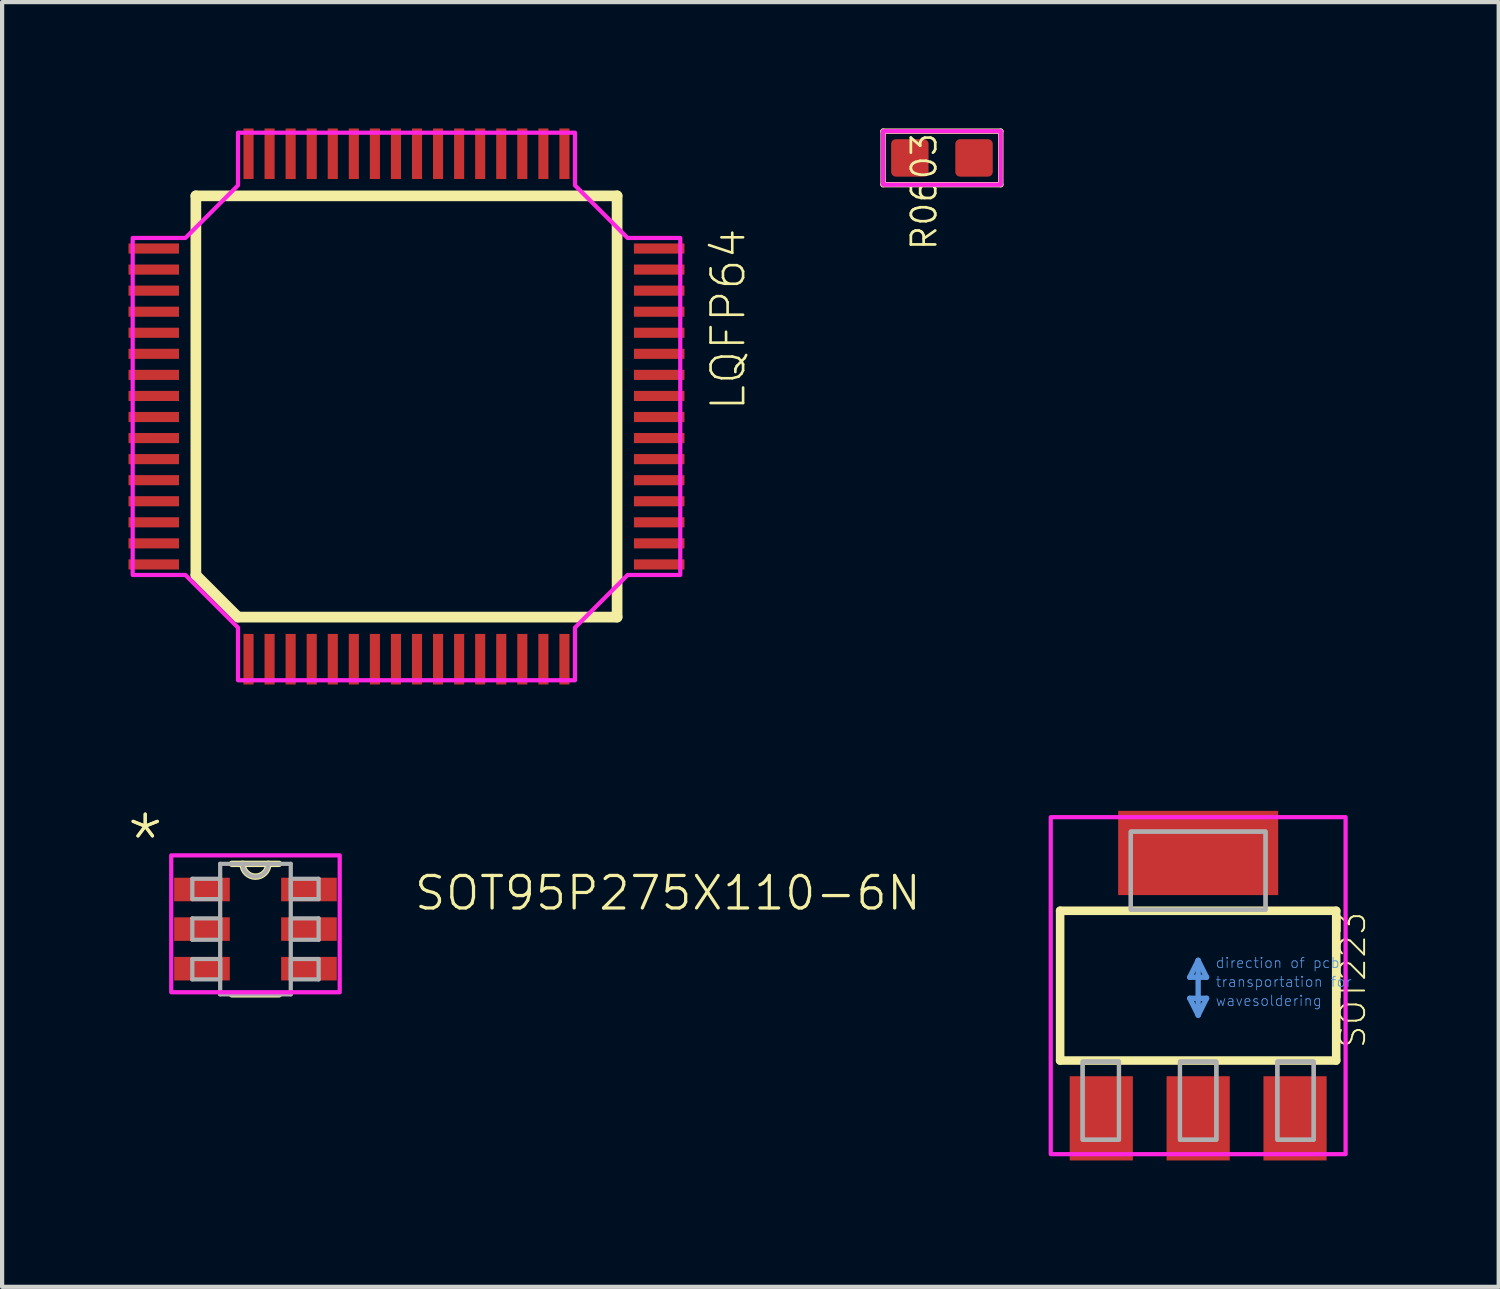
<source format=kicad_pcb>
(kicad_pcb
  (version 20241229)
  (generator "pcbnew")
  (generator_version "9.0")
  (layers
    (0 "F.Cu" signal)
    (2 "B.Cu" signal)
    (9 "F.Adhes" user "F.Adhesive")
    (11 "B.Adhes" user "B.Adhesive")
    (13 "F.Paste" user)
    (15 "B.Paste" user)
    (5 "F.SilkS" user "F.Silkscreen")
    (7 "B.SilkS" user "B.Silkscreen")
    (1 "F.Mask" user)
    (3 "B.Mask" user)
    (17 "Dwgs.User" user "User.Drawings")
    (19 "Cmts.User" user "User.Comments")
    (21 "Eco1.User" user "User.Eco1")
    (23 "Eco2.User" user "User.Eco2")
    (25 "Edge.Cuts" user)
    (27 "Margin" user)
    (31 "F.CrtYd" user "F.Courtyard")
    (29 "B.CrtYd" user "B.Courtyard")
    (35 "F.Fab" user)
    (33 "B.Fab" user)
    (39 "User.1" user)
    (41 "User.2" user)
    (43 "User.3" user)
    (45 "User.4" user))
  (footprint "SOT223"
    (layer "F.Cu")
    (at 25.395 20.35)
    (property "Reference" "SOT223" (at 4.013 1.524 90) (layer "F.SilkS") (effects (font (size 0.579 0.579) (thickness 0.046)) (justify left bottom)))
    (attr smd)
    (fp_line (start -3.277 -1.778) (end 3.277 -1.778) (stroke (width 0.203) (type solid)) (layer "F.SilkS"))
    (fp_line (start -3.277 1.778) (end -3.277 -1.778) (stroke (width 0.203) (type solid)) (layer "F.SilkS"))
    (fp_line (start 3.277 -1.778) (end 3.277 1.778) (stroke (width 0.203) (type solid)) (layer "F.SilkS"))
    (fp_line (start 3.277 1.778) (end -3.277 1.778) (stroke (width 0.203) (type solid)) (layer "F.SilkS"))
    (fp_line (start -0.2 -0.2) (end 0.2 -0.2) (stroke (width 0.127) (type solid)) (layer "Cmts.User"))
    (fp_line (start -0.2 0.3) (end 0 0.7) (stroke (width 0.127) (type solid)) (layer "Cmts.User"))
    (fp_line (start 0 -0.6) (end -0.2 -0.2) (stroke (width 0.127) (type solid)) (layer "Cmts.User"))
    (fp_line (start 0 0.7) (end 0 -0.6) (stroke (width 0.127) (type solid)) (layer "Cmts.User"))
    (fp_line (start 0 0.7) (end 0.2 0.3) (stroke (width 0.127) (type solid)) (layer "Cmts.User"))
    (fp_line (start 0.2 -0.2) (end 0 -0.6) (stroke (width 0.127) (type solid)) (layer "Cmts.User"))
    (fp_line (start 0.2 0.3) (end -0.2 0.3) (stroke (width 0.127) (type solid)) (layer "Cmts.User"))
    (fp_poly (pts (xy 3.5 4) (xy -3.5 4) (xy -3.5 -4) (xy 3.5 -4)) (stroke (width 0.1) (type solid)) (fill no) (layer "F.CrtYd"))
    (fp_poly (pts (xy -2.743 1.803) (xy -2.743 3.658) (xy -1.88 3.658) (xy -1.88 1.803)) (stroke (width 0.1) (type solid)) (fill no) (layer "F.Fab"))
    (fp_poly (pts (xy -2.743 1.803) (xy -2.743 3.658) (xy -1.88 3.658) (xy -1.88 1.803)) (stroke (width 0.1) (type solid)) (fill no) (layer "F.Fab"))
    (fp_poly (pts (xy -1.6 -3.658) (xy -1.6 -1.803) (xy 1.6 -1.803) (xy 1.6 -3.658)) (stroke (width 0.1) (type solid)) (fill no) (layer "F.Fab"))
    (fp_poly (pts (xy -1.6 -3.658) (xy -1.6 -1.803) (xy 1.6 -1.803) (xy 1.6 -3.658)) (stroke (width 0.1) (type solid)) (fill no) (layer "F.Fab"))
    (fp_poly (pts (xy -0.432 1.803) (xy -0.432 3.658) (xy 0.432 3.658) (xy 0.432 1.803)) (stroke (width 0.1) (type solid)) (fill no) (layer "F.Fab"))
    (fp_poly (pts (xy -0.432 1.803) (xy -0.432 3.658) (xy 0.432 3.658) (xy 0.432 1.803)) (stroke (width 0.1) (type solid)) (fill no) (layer "F.Fab"))
    (fp_poly (pts (xy 1.88 1.803) (xy 1.88 3.658) (xy 2.743 3.658) (xy 2.743 1.803)) (stroke (width 0.1) (type solid)) (fill no) (layer "F.Fab"))
    (fp_poly (pts (xy 1.88 1.803) (xy 1.88 3.658) (xy 2.743 3.658) (xy 2.743 1.803)) (stroke (width 0.1) (type solid)) (fill no) (layer "F.Fab"))
    (fp_text user "direction of pcb" (at 0.4 -0.4 0) (layer "Cmts.User") (effects (font (size 0.241 0.241) (thickness 0.02)) (justify left bottom)))
    (fp_text user "transportation for" (at 0.4 0.05 0) (layer "Cmts.User") (effects (font (size 0.241 0.241) (thickness 0.02)) (justify left bottom)))
    (fp_text user "wavesoldering" (at 0.4 0.5 0) (layer "Cmts.User") (effects (font (size 0.241 0.241) (thickness 0.02)) (justify left bottom)))
    (pad "1" smd rect (at -2.3 3.15) (size 1.5 2) (layers "F.Cu" "F.Mask" "F.Paste"))
    (pad "2" smd rect (at 0 3.15) (size 1.5 2) (layers "F.Cu" "F.Mask" "F.Paste"))
    (pad "3" smd rect (at 2.3 3.15) (size 1.5 2) (layers "F.Cu" "F.Mask" "F.Paste"))
    (pad "4" smd rect (at 0 -3.15) (size 3.8 2) (layers "F.Cu" "F.Mask" "F.Paste")))
  (footprint "SOT95P275X110-6N"
    (layer "F.Cu")
    (at 3.015 19.007)
    (property "Reference" "SOT95P275X110-6N" (at 3.729 -0.403 180) (layer "F.SilkS") (effects (font (size 0.772 0.772) (thickness 0.077)) (justify left bottom)))
    (attr smd)
    (fp_line (start -0.559 1.549) (end 0.559 1.549) (stroke (width 0.152) (type solid)) (layer "F.SilkS"))
    (fp_line (start 0.559 -1.549) (end -0.559 -1.549) (stroke (width 0.152) (type solid)) (layer "F.SilkS"))
    (fp_arc (start 0.3048 -1.5494) (mid 0 -1.2446) (end -0.3048 -1.5494) (stroke (width 0.1524) (type solid)) (layer "F.SilkS"))
    (fp_poly (pts (xy 2 1.5) (xy -2 1.5) (xy -2 -1.75) (xy 2 -1.75)) (stroke (width 0.1) (type solid)) (fill no) (layer "F.CrtYd"))
    (fp_line (start -1.499 -1.194) (end -1.499 -0.711) (stroke (width 0.1) (type solid)) (layer "F.Fab"))
    (fp_line (start -1.499 -0.711) (end -0.838 -0.711) (stroke (width 0.1) (type solid)) (layer "F.Fab"))
    (fp_line (start -1.499 -0.254) (end -1.499 0.254) (stroke (width 0.1) (type solid)) (layer "F.Fab"))
    (fp_line (start -1.499 0.254) (end -0.838 0.254) (stroke (width 0.1) (type solid)) (layer "F.Fab"))
    (fp_line (start -1.499 0.711) (end -1.499 1.194) (stroke (width 0.1) (type solid)) (layer "F.Fab"))
    (fp_line (start -1.499 1.194) (end -0.838 1.194) (stroke (width 0.1) (type solid)) (layer "F.Fab"))
    (fp_line (start -0.838 -1.549) (end -0.838 1.549) (stroke (width 0.1) (type solid)) (layer "F.Fab"))
    (fp_line (start -0.838 -1.194) (end -1.499 -1.194) (stroke (width 0.1) (type solid)) (layer "F.Fab"))
    (fp_line (start -0.838 -0.711) (end -0.838 -1.194) (stroke (width 0.1) (type solid)) (layer "F.Fab"))
    (fp_line (start -0.838 -0.254) (end -1.499 -0.254) (stroke (width 0.1) (type solid)) (layer "F.Fab"))
    (fp_line (start -0.838 0.254) (end -0.838 -0.254) (stroke (width 0.1) (type solid)) (layer "F.Fab"))
    (fp_line (start -0.838 0.711) (end -1.499 0.711) (stroke (width 0.1) (type solid)) (layer "F.Fab"))
    (fp_line (start -0.838 1.194) (end -0.838 0.711) (stroke (width 0.1) (type solid)) (layer "F.Fab"))
    (fp_line (start -0.838 1.549) (end 0.838 1.549) (stroke (width 0.1) (type solid)) (layer "F.Fab"))
    (fp_line (start 0.838 -1.549) (end -0.838 -1.549) (stroke (width 0.1) (type solid)) (layer "F.Fab"))
    (fp_line (start 0.838 -1.194) (end 0.838 -0.711) (stroke (width 0.1) (type solid)) (layer "F.Fab"))
    (fp_line (start 0.838 -0.711) (end 1.499 -0.711) (stroke (width 0.1) (type solid)) (layer "F.Fab"))
    (fp_line (start 0.838 -0.254) (end 0.838 0.254) (stroke (width 0.1) (type solid)) (layer "F.Fab"))
    (fp_line (start 0.838 0.254) (end 1.499 0.254) (stroke (width 0.1) (type solid)) (layer "F.Fab"))
    (fp_line (start 0.838 0.711) (end 0.838 1.194) (stroke (width 0.1) (type solid)) (layer "F.Fab"))
    (fp_line (start 0.838 1.194) (end 1.499 1.194) (stroke (width 0.1) (type solid)) (layer "F.Fab"))
    (fp_line (start 0.838 1.549) (end 0.838 -1.549) (stroke (width 0.1) (type solid)) (layer "F.Fab"))
    (fp_line (start 1.499 -1.194) (end 0.838 -1.194) (stroke (width 0.1) (type solid)) (layer "F.Fab"))
    (fp_line (start 1.499 -0.711) (end 1.499 -1.194) (stroke (width 0.1) (type solid)) (layer "F.Fab"))
    (fp_line (start 1.499 -0.254) (end 0.838 -0.254) (stroke (width 0.1) (type solid)) (layer "F.Fab"))
    (fp_line (start 1.499 0.254) (end 1.499 -0.254) (stroke (width 0.1) (type solid)) (layer "F.Fab"))
    (fp_line (start 1.499 0.711) (end 0.838 0.711) (stroke (width 0.1) (type solid)) (layer "F.Fab"))
    (fp_line (start 1.499 1.194) (end 1.499 0.711) (stroke (width 0.1) (type solid)) (layer "F.Fab"))
    (fp_arc (start 0.3048 -1.5494) (mid 0 -1.2446) (end -0.3048 -1.5494) (stroke (width 0.1) (type solid)) (layer "F.Fab"))
    (fp_text user "*" (at -2.108 -1.372 180) (layer "F.SilkS") (effects (font (size 1.206 1.206) (thickness 0.076)) (justify right bottom)))
    (fp_text user "*" (at -2.108 -1.372 180) (layer "F.SilkS") (effects (font (size 1.206 1.206) (thickness 0.076)) (justify right bottom)))
    (pad "1" smd rect (at -1.27 -0.94) (size 1.321 0.559) (layers "F.Cu" "F.Mask" "F.Paste"))
    (pad "2" smd rect (at -1.27 0) (size 1.321 0.559) (layers "F.Cu" "F.Mask" "F.Paste"))
    (pad "3" smd rect (at -1.27 0.94) (size 1.321 0.559) (layers "F.Cu" "F.Mask" "F.Paste"))
    (pad "4" smd rect (at 1.27 0.94) (size 1.321 0.559) (layers "F.Cu" "F.Mask" "F.Paste"))
    (pad "5" smd rect (at 1.27 0) (size 1.321 0.559) (layers "F.Cu" "F.Mask" "F.Paste"))
    (pad "6" smd rect (at 1.27 -0.94) (size 1.321 0.559) (layers "F.Cu" "F.Mask" "F.Paste")))
  (footprint "LQFP64"
    (layer "F.Cu")
    (at 6.6 6.6)
    (property "Reference" "LQFP64" (at 8.089 0.142 90) (layer "F.SilkS") (effects (font (size 0.772 0.772) (thickness 0.062)) (justify left bottom)))
    (attr smd)
    (fp_line (start -5 -5) (end 5 -5) (stroke (width 0.254) (type solid)) (layer "F.SilkS"))
    (fp_line (start -5 4) (end -5 -5) (stroke (width 0.254) (type solid)) (layer "F.SilkS"))
    (fp_line (start -5 4) (end -4 5) (stroke (width 0.254) (type solid)) (layer "F.SilkS"))
    (fp_line (start 5 -5) (end 5 5) (stroke (width 0.254) (type solid)) (layer "F.SilkS"))
    (fp_line (start 5 5) (end -4 5) (stroke (width 0.254) (type solid)) (layer "F.SilkS"))
    (fp_poly (pts (xy 4 -5.25) (xy 5.25 -4) (xy 6.5 -4) (xy 6.5 4) (xy 5.25 4) (xy 4 5.25) (xy 4 6.5) (xy -4 6.5) (xy -4 5.25) (xy -5.25 4) (xy -6.5 4) (xy -6.5 -4) (xy -5.25 -4) (xy -4 -5.25) (xy -4 -6.5) (xy 4 -6.5)) (stroke (width 0.1) (type solid)) (fill no) (layer "F.CrtYd"))
    (pad "1" smd rect (at -3.75 6 90) (size 1.2 0.24) (layers "F.Cu" "F.Mask" "F.Paste"))
    (pad "2" smd rect (at -3.25 6 90) (size 1.2 0.24) (layers "F.Cu" "F.Mask" "F.Paste"))
    (pad "3" smd rect (at -2.75 6 90) (size 1.2 0.24) (layers "F.Cu" "F.Mask" "F.Paste"))
    (pad "4" smd rect (at -2.25 6 90) (size 1.2 0.24) (layers "F.Cu" "F.Mask" "F.Paste"))
    (pad "5" smd rect (at -1.75 6 90) (size 1.2 0.24) (layers "F.Cu" "F.Mask" "F.Paste"))
    (pad "6" smd rect (at -1.25 6 90) (size 1.2 0.24) (layers "F.Cu" "F.Mask" "F.Paste"))
    (pad "7" smd rect (at -0.75 6 90) (size 1.2 0.24) (layers "F.Cu" "F.Mask" "F.Paste"))
    (pad "8" smd rect (at -0.25 6 90) (size 1.2 0.24) (layers "F.Cu" "F.Mask" "F.Paste"))
    (pad "9" smd rect (at 0.25 6 90) (size 1.2 0.24) (layers "F.Cu" "F.Mask" "F.Paste"))
    (pad "10" smd rect (at 0.75 6 90) (size 1.2 0.24) (layers "F.Cu" "F.Mask" "F.Paste"))
    (pad "11" smd rect (at 1.25 6 90) (size 1.2 0.24) (layers "F.Cu" "F.Mask" "F.Paste"))
    (pad "12" smd rect (at 1.75 6 90) (size 1.2 0.24) (layers "F.Cu" "F.Mask" "F.Paste"))
    (pad "13" smd rect (at 2.25 6 90) (size 1.2 0.24) (layers "F.Cu" "F.Mask" "F.Paste"))
    (pad "14" smd rect (at 2.75 6 90) (size 1.2 0.24) (layers "F.Cu" "F.Mask" "F.Paste"))
    (pad "15" smd rect (at 3.25 6 90) (size 1.2 0.24) (layers "F.Cu" "F.Mask" "F.Paste"))
    (pad "16" smd rect (at 3.75 6 90) (size 1.2 0.24) (layers "F.Cu" "F.Mask" "F.Paste"))
    (pad "17" smd rect (at 6 3.75 180) (size 1.2 0.24) (layers "F.Cu" "F.Mask" "F.Paste"))
    (pad "18" smd rect (at 6 3.25 180) (size 1.2 0.24) (layers "F.Cu" "F.Mask" "F.Paste"))
    (pad "19" smd rect (at 6 2.75 180) (size 1.2 0.24) (layers "F.Cu" "F.Mask" "F.Paste"))
    (pad "20" smd rect (at 6 2.25 180) (size 1.2 0.24) (layers "F.Cu" "F.Mask" "F.Paste"))
    (pad "21" smd rect (at 6 1.75 180) (size 1.2 0.24) (layers "F.Cu" "F.Mask" "F.Paste"))
    (pad "22" smd rect (at 6 1.25 180) (size 1.2 0.24) (layers "F.Cu" "F.Mask" "F.Paste"))
    (pad "23" smd rect (at 6 0.75 180) (size 1.2 0.24) (layers "F.Cu" "F.Mask" "F.Paste"))
    (pad "24" smd rect (at 6 0.25 180) (size 1.2 0.24) (layers "F.Cu" "F.Mask" "F.Paste"))
    (pad "25" smd rect (at 6 -0.25 180) (size 1.2 0.24) (layers "F.Cu" "F.Mask" "F.Paste"))
    (pad "26" smd rect (at 6 -0.75 180) (size 1.2 0.24) (layers "F.Cu" "F.Mask" "F.Paste"))
    (pad "27" smd rect (at 6 -1.25 180) (size 1.2 0.24) (layers "F.Cu" "F.Mask" "F.Paste"))
    (pad "28" smd rect (at 6 -1.75 180) (size 1.2 0.24) (layers "F.Cu" "F.Mask" "F.Paste"))
    (pad "29" smd rect (at 6 -2.25 180) (size 1.2 0.24) (layers "F.Cu" "F.Mask" "F.Paste"))
    (pad "30" smd rect (at 6 -2.75 180) (size 1.2 0.24) (layers "F.Cu" "F.Mask" "F.Paste"))
    (pad "31" smd rect (at 6 -3.25 180) (size 1.2 0.24) (layers "F.Cu" "F.Mask" "F.Paste"))
    (pad "32" smd rect (at 6 -3.75 180) (size 1.2 0.24) (layers "F.Cu" "F.Mask" "F.Paste"))
    (pad "33" smd rect (at 3.75 -6 270) (size 1.2 0.24) (layers "F.Cu" "F.Mask" "F.Paste"))
    (pad "34" smd rect (at 3.25 -6 270) (size 1.2 0.24) (layers "F.Cu" "F.Mask" "F.Paste"))
    (pad "35" smd rect (at 2.75 -6 270) (size 1.2 0.24) (layers "F.Cu" "F.Mask" "F.Paste"))
    (pad "36" smd rect (at 2.25 -6 270) (size 1.2 0.24) (layers "F.Cu" "F.Mask" "F.Paste"))
    (pad "37" smd rect (at 1.75 -6 270) (size 1.2 0.24) (layers "F.Cu" "F.Mask" "F.Paste"))
    (pad "38" smd rect (at 1.25 -6 270) (size 1.2 0.24) (layers "F.Cu" "F.Mask" "F.Paste"))
    (pad "39" smd rect (at 0.75 -6 270) (size 1.2 0.24) (layers "F.Cu" "F.Mask" "F.Paste"))
    (pad "40" smd rect (at 0.25 -6 270) (size 1.2 0.24) (layers "F.Cu" "F.Mask" "F.Paste"))
    (pad "41" smd rect (at -0.25 -6 270) (size 1.2 0.24) (layers "F.Cu" "F.Mask" "F.Paste"))
    (pad "42" smd rect (at -0.75 -6 270) (size 1.2 0.24) (layers "F.Cu" "F.Mask" "F.Paste"))
    (pad "43" smd rect (at -1.25 -6 270) (size 1.2 0.24) (layers "F.Cu" "F.Mask" "F.Paste"))
    (pad "44" smd rect (at -1.75 -6 270) (size 1.2 0.24) (layers "F.Cu" "F.Mask" "F.Paste"))
    (pad "45" smd rect (at -2.25 -6 270) (size 1.2 0.24) (layers "F.Cu" "F.Mask" "F.Paste"))
    (pad "46" smd rect (at -2.75 -6 270) (size 1.2 0.24) (layers "F.Cu" "F.Mask" "F.Paste"))
    (pad "47" smd rect (at -3.25 -6 270) (size 1.2 0.24) (layers "F.Cu" "F.Mask" "F.Paste"))
    (pad "48" smd rect (at -3.75 -6 270) (size 1.2 0.24) (layers "F.Cu" "F.Mask" "F.Paste"))
    (pad "49" smd rect (at -6 -3.75) (size 1.2 0.24) (layers "F.Cu" "F.Mask" "F.Paste"))
    (pad "50" smd rect (at -6 -3.25) (size 1.2 0.24) (layers "F.Cu" "F.Mask" "F.Paste"))
    (pad "51" smd rect (at -6 -2.75) (size 1.2 0.24) (layers "F.Cu" "F.Mask" "F.Paste"))
    (pad "52" smd rect (at -6 -2.25) (size 1.2 0.24) (layers "F.Cu" "F.Mask" "F.Paste"))
    (pad "53" smd rect (at -6 -1.75) (size 1.2 0.24) (layers "F.Cu" "F.Mask" "F.Paste"))
    (pad "54" smd rect (at -6 -1.25) (size 1.2 0.24) (layers "F.Cu" "F.Mask" "F.Paste"))
    (pad "55" smd rect (at -6 -0.75) (size 1.2 0.24) (layers "F.Cu" "F.Mask" "F.Paste"))
    (pad "56" smd rect (at -6 -0.25) (size 1.2 0.24) (layers "F.Cu" "F.Mask" "F.Paste"))
    (pad "57" smd rect (at -6 0.25) (size 1.2 0.24) (layers "F.Cu" "F.Mask" "F.Paste"))
    (pad "58" smd rect (at -6 0.75) (size 1.2 0.24) (layers "F.Cu" "F.Mask" "F.Paste"))
    (pad "59" smd rect (at -6 1.25) (size 1.2 0.24) (layers "F.Cu" "F.Mask" "F.Paste"))
    (pad "60" smd rect (at -6 1.75) (size 1.2 0.24) (layers "F.Cu" "F.Mask" "F.Paste"))
    (pad "61" smd rect (at -6 2.25) (size 1.2 0.24) (layers "F.Cu" "F.Mask" "F.Paste"))
    (pad "62" smd rect (at -6 2.75) (size 1.2 0.24) (layers "F.Cu" "F.Mask" "F.Paste"))
    (pad "63" smd rect (at -6 3.25) (size 1.2 0.24) (layers "F.Cu" "F.Mask" "F.Paste"))
    (pad "64" smd rect (at -6 3.75) (size 1.2 0.24) (layers "F.Cu" "F.Mask" "F.Paste")))
  (footprint "R0603"
    (layer "F.Cu")
    (at 19.312 0.699)
    (property "Reference" "R0603" (at -0.762 -0.635 270) (layer "F.SilkS") (effects (font (size 0.579 0.579) (thickness 0.064)) (justify right top)))
    (attr smd)
    (fp_line (start -1.397 -0.635) (end 1.397 -0.635) (stroke (width 0.127) (type solid)) (layer "F.SilkS"))
    (fp_line (start -1.397 0.635) (end -1.397 -0.635) (stroke (width 0.127) (type solid)) (layer "F.SilkS"))
    (fp_line (start 1.397 -0.635) (end 1.397 0.635) (stroke (width 0.127) (type solid)) (layer "F.SilkS"))
    (fp_line (start 1.397 0.635) (end -1.397 0.635) (stroke (width 0.127) (type solid)) (layer "F.SilkS"))
    (fp_poly (pts (xy -1.397 0.635) (xy 1.397 0.635) (xy 1.397 -0.635) (xy -1.397 -0.635)) (stroke (width 0.1) (type solid)) (fill no) (layer "F.CrtYd"))
    (pad "1" smd roundrect (at -0.762 0) (size 0.889 0.889) (layers "F.Cu" "F.Mask" "F.Paste") (roundrect_rratio 0.125))
    (pad "2" smd roundrect (at 0.762 0) (size 0.889 0.889) (layers "F.Cu" "F.Mask" "F.Paste") (roundrect_rratio 0.125)))
  (gr_rect
    (start -3 -3)
    (end 32.53 27.5)
    (stroke (width 0.1) (type default))
    (fill no)
    (layer "Edge.Cuts")))
</source>
